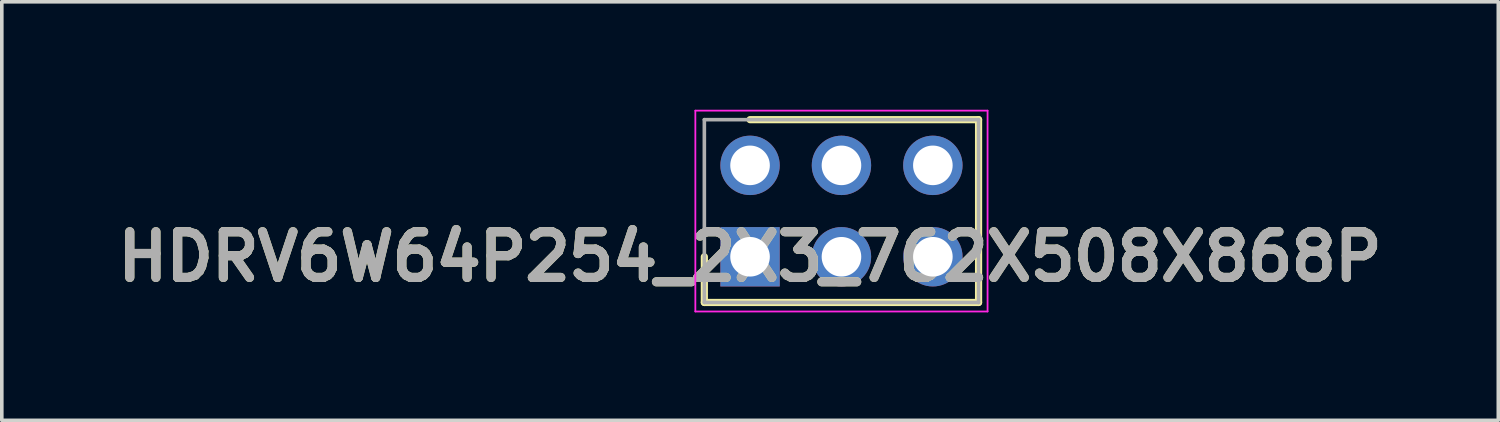
<source format=kicad_pcb>
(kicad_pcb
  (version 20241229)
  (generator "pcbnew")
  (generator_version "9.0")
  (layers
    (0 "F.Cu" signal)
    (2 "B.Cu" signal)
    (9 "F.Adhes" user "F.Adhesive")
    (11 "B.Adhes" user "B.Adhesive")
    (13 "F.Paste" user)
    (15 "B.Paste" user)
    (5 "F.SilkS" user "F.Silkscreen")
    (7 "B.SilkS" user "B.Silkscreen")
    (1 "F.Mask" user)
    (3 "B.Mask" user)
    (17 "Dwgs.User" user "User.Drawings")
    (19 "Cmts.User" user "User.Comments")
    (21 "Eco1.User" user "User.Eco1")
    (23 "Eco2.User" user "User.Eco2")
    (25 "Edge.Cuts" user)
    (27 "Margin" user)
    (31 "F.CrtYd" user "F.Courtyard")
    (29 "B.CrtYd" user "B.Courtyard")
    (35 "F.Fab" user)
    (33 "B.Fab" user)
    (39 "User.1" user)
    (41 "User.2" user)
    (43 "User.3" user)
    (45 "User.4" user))
  (footprint "HDRV6W64P254_2X3_762X508X868P"
    (layer "F.Cu")
    (at 17.792 4.085)
    (property "Reference" "HDRV6W64P254_2X3_762X508X868P" (at 0 0 0) (layer "F.SilkS") (effects (font (size 1.27 1.27) (thickness 0.254))))
    (attr through_hole)
    (fp_line (start -1.27 0) (end -1.27 1.27) (stroke (width 0.2) (type solid)) (layer "F.SilkS"))
    (fp_line (start -1.27 1.27) (end 6.35 1.27) (stroke (width 0.2) (type solid)) (layer "F.SilkS"))
    (fp_line (start 6.35 -3.81) (end 0 -3.81) (stroke (width 0.2) (type solid)) (layer "F.SilkS"))
    (fp_line (start 6.35 1.27) (end 6.35 -3.81) (stroke (width 0.2) (type solid)) (layer "F.SilkS"))
    (fp_line (start -1.52 -4.06) (end 6.6 -4.06) (stroke (width 0.05) (type solid)) (layer "F.CrtYd"))
    (fp_line (start -1.52 1.52) (end -1.52 -4.06) (stroke (width 0.05) (type solid)) (layer "F.CrtYd"))
    (fp_line (start 6.6 -4.06) (end 6.6 1.52) (stroke (width 0.05) (type solid)) (layer "F.CrtYd"))
    (fp_line (start 6.6 1.52) (end -1.52 1.52) (stroke (width 0.05) (type solid)) (layer "F.CrtYd"))
    (fp_line (start -1.27 -3.81) (end 6.35 -3.81) (stroke (width 0.1) (type solid)) (layer "F.Fab"))
    (fp_line (start -1.27 1.27) (end -1.27 -3.81) (stroke (width 0.1) (type solid)) (layer "F.Fab"))
    (fp_line (start 6.35 -3.81) (end 6.35 1.27) (stroke (width 0.1) (type solid)) (layer "F.Fab"))
    (fp_line (start 6.35 1.27) (end -1.27 1.27) (stroke (width 0.1) (type solid)) (layer "F.Fab"))
    (fp_text user "${REFERENCE}" (at 0 0 0) (layer "F.Fab") (effects (font (size 1.27 1.27) (thickness 0.254))))
    (pad "1" thru_hole rect (at 0 0) (size 1.65 1.65) (drill 1.1) (layers "*.Cu" "*.Mask"))
    (pad "2" thru_hole circle (at 0 -2.54) (size 1.65 1.65) (drill 1.1) (layers "*.Cu" "*.Mask"))
    (pad "3" thru_hole circle (at 2.54 0) (size 1.65 1.65) (drill 1.1) (layers "*.Cu" "*.Mask"))
    (pad "4" thru_hole circle (at 2.54 -2.54) (size 1.65 1.65) (drill 1.1) (layers "*.Cu" "*.Mask"))
    (pad "5" thru_hole circle (at 5.08 0) (size 1.65 1.65) (drill 1.1) (layers "*.Cu" "*.Mask"))
    (pad "6" thru_hole circle (at 5.08 -2.54) (size 1.65 1.65) (drill 1.1) (layers "*.Cu" "*.Mask")))
  (gr_rect
    (start -3 -3)
    (end 38.584 8.63)
    (stroke (width 0.1) (type default))
    (fill no)
    (layer "Edge.Cuts")))
</source>
